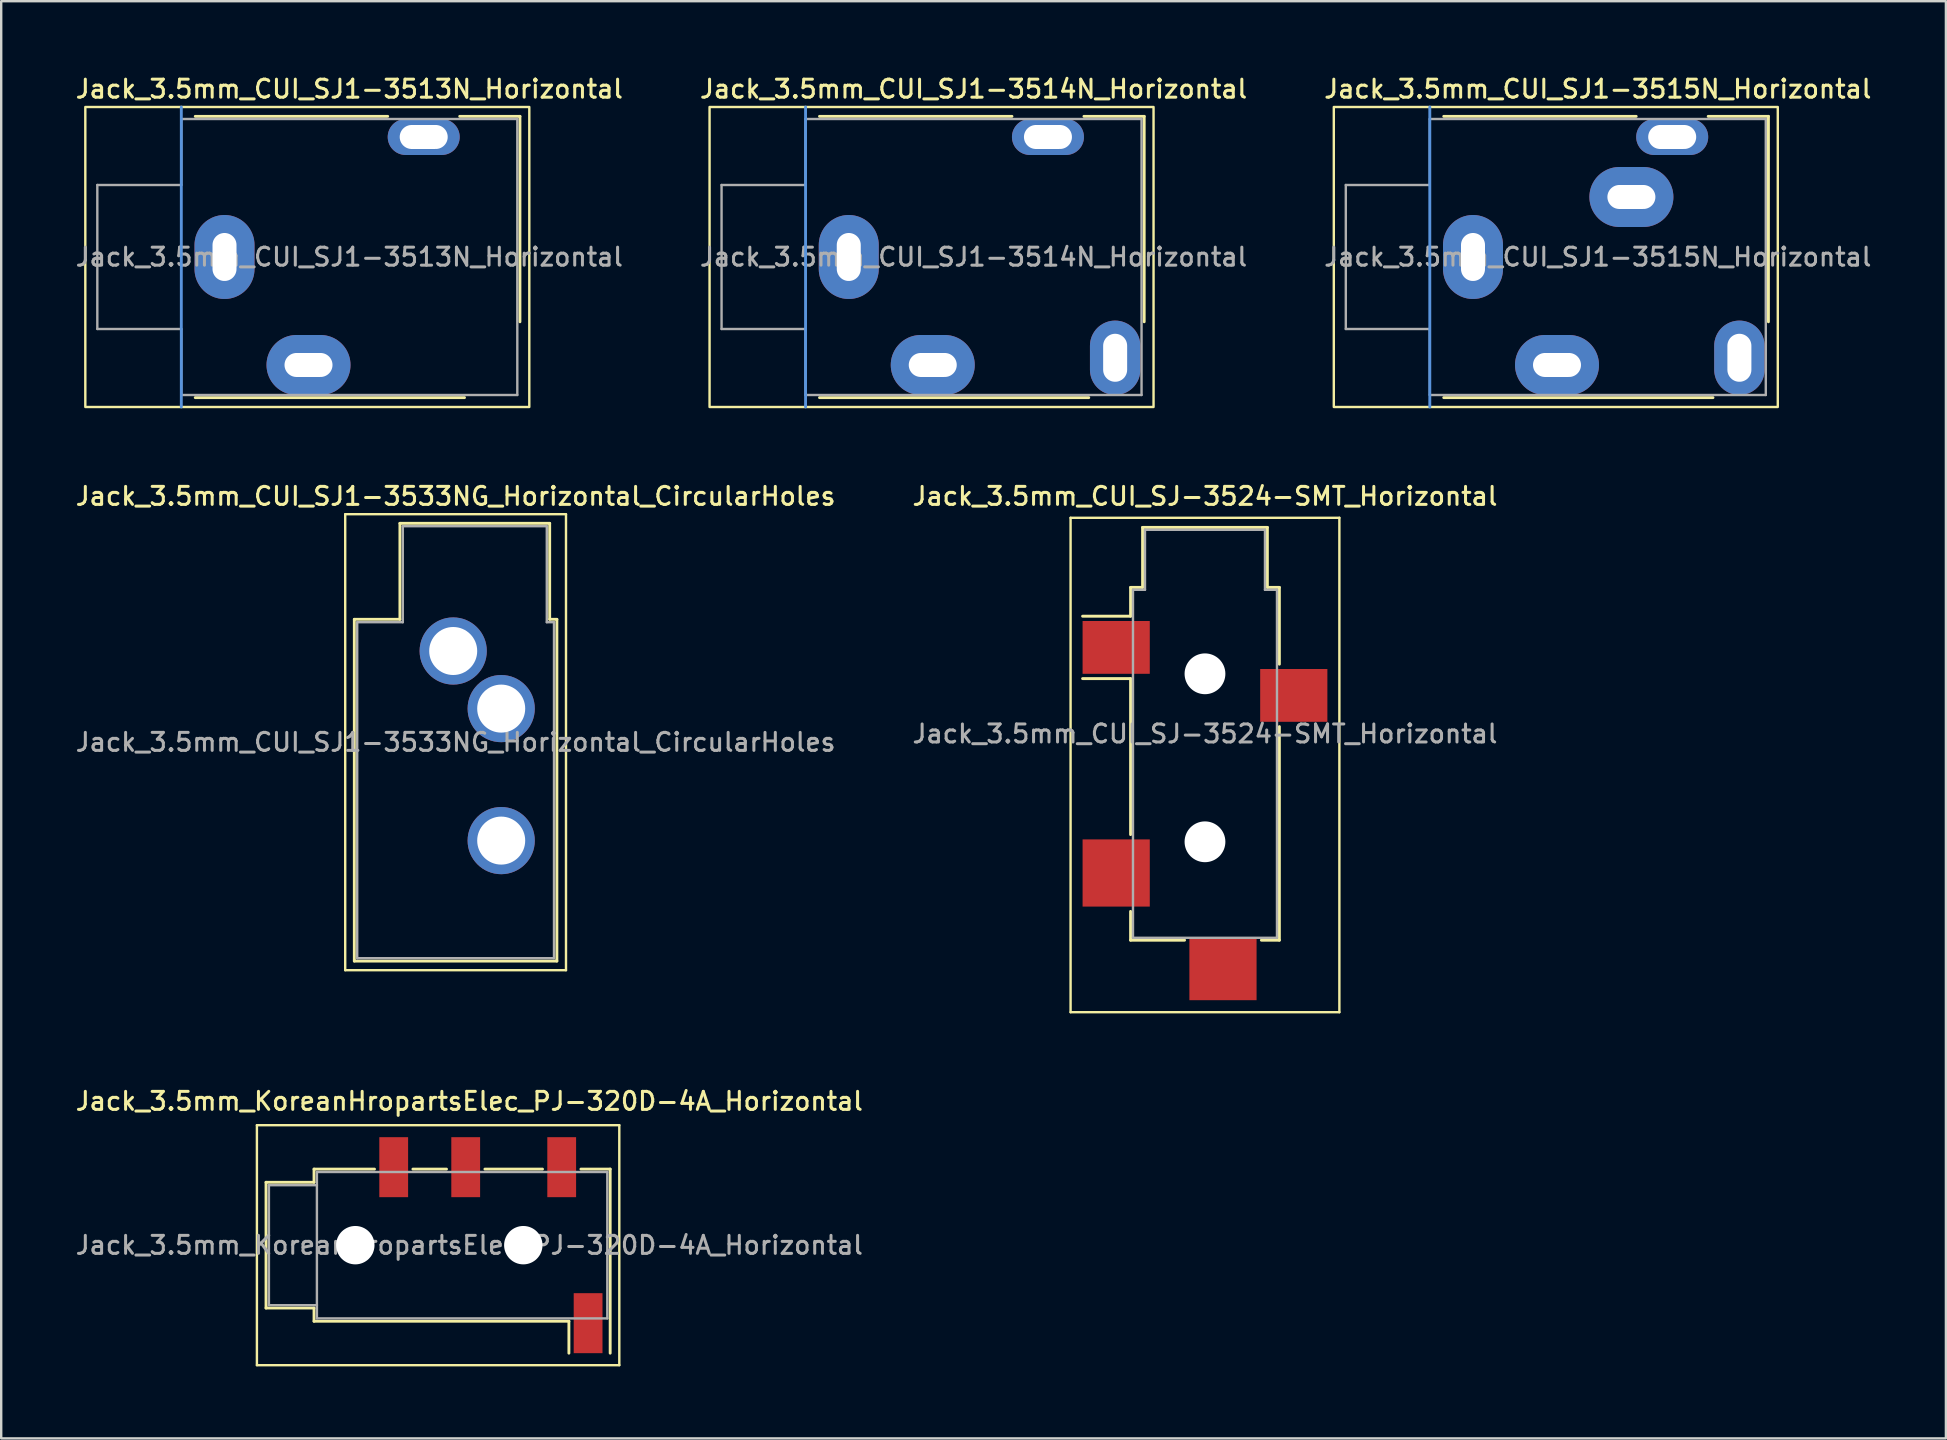
<source format=kicad_pcb>
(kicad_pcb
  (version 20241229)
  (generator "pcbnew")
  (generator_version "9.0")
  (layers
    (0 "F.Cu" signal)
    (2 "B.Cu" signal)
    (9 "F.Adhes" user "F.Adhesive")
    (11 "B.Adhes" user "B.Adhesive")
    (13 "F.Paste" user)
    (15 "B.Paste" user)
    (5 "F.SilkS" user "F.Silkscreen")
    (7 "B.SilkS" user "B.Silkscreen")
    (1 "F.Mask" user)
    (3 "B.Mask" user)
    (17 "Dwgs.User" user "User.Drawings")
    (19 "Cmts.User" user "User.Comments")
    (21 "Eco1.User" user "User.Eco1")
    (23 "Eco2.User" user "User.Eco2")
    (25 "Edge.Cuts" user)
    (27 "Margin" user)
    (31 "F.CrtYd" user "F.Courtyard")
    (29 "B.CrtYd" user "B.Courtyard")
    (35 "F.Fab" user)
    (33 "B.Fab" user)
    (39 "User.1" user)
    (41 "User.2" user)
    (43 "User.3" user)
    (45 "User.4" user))
  (footprint "Jack_3.5mm_KoreanHropartsElec_PJ-320D-4A_Horizontal"
    (layer "F.Cu")
    (at 16.505 48.834)
    (property "Reference" "Jack_3.5mm_KoreanHropartsElec_PJ-320D-4A_Horizontal" (at 0 -6 0) (unlocked yes) (layer "F.SilkS") (effects (font (size 0.75 0.75) (thickness 0.125))))
    (attr smd)
    (fp_line (start -8.85 -5) (end -8.85 5) (stroke (width 0.1) (type solid)) (layer "F.SilkS"))
    (fp_line (start -8.85 5) (end 6.25 5) (stroke (width 0.1) (type solid)) (layer "F.SilkS"))
    (fp_line (start -8.47 -2.62) (end -6.47 -2.62) (stroke (width 0.12) (type solid)) (layer "F.SilkS"))
    (fp_line (start -8.47 2.62) (end -8.47 -2.62) (stroke (width 0.12) (type solid)) (layer "F.SilkS"))
    (fp_line (start -6.47 -3.17) (end -3.95 -3.17) (stroke (width 0.12) (type solid)) (layer "F.SilkS"))
    (fp_line (start -6.47 -2.62) (end -6.47 -3.17) (stroke (width 0.12) (type solid)) (layer "F.SilkS"))
    (fp_line (start -6.47 2.62) (end -8.47 2.62) (stroke (width 0.12) (type solid)) (layer "F.SilkS"))
    (fp_line (start -6.47 3.17) (end -6.47 2.62) (stroke (width 0.12) (type solid)) (layer "F.SilkS"))
    (fp_line (start -2.35 -3.17) (end -0.95 -3.17) (stroke (width 0.12) (type solid)) (layer "F.SilkS"))
    (fp_line (start 0.65 -3.17) (end 3.05 -3.17) (stroke (width 0.12) (type solid)) (layer "F.SilkS"))
    (fp_line (start 4.15 3.17) (end -6.47 3.17) (stroke (width 0.12) (type solid)) (layer "F.SilkS"))
    (fp_line (start 4.15 4.5) (end 4.15 3.17) (stroke (width 0.12) (type solid)) (layer "F.SilkS"))
    (fp_line (start 5.87 -3.17) (end 4.65 -3.17) (stroke (width 0.12) (type solid)) (layer "F.SilkS"))
    (fp_line (start 5.87 -3.17) (end 5.87 4.5) (stroke (width 0.12) (type solid)) (layer "F.SilkS"))
    (fp_line (start 6.25 -5) (end -8.85 -5) (stroke (width 0.1) (type solid)) (layer "F.SilkS"))
    (fp_line (start 6.25 5) (end 6.25 -5) (stroke (width 0.1) (type solid)) (layer "F.SilkS"))
    (fp_line (start -8.35 -2.5) (end -6.35 -2.5) (stroke (width 0.1) (type solid)) (layer "F.Fab"))
    (fp_line (start -8.35 2.5) (end -8.35 -2.5) (stroke (width 0.1) (type solid)) (layer "F.Fab"))
    (fp_line (start -6.35 -3.05) (end 5.75 -3.05) (stroke (width 0.1) (type solid)) (layer "F.Fab"))
    (fp_line (start -6.35 2.5) (end -8.35 2.5) (stroke (width 0.1) (type solid)) (layer "F.Fab"))
    (fp_line (start -6.35 3.05) (end -6.35 -3.05) (stroke (width 0.1) (type solid)) (layer "F.Fab"))
    (fp_line (start 5.75 -3.05) (end 5.75 3.05) (stroke (width 0.1) (type solid)) (layer "F.Fab"))
    (fp_line (start 5.75 3.05) (end -6.35 3.05) (stroke (width 0.1) (type solid)) (layer "F.Fab"))
    (fp_text user "${REFERENCE}" (at 0 0 0) (unlocked yes) (layer "F.Fab") (effects (font (size 0.75 0.75) (thickness 0.125))))
    (pad "" np_thru_hole circle (at -4.75 0) (size 1.6 1.6) (drill 1.6) (layers "*.Cu" "*.Mask"))
    (pad "" np_thru_hole circle (at 2.25 0) (size 1.6 1.6) (drill 1.6) (layers "*.Cu" "*.Mask"))
    (pad "R1" smd rect (at -0.15 -3.25) (size 1.2 2.5) (layers "F.Cu" "F.Mask" "F.Paste"))
    (pad "R2" smd rect (at -3.15 -3.25) (size 1.2 2.5) (layers "F.Cu" "F.Mask" "F.Paste"))
    (pad "S" smd rect (at 4.95 3.25) (size 1.2 2.5) (layers "F.Cu" "F.Mask" "F.Paste"))
    (pad "T" smd rect (at 3.85 -3.25) (size 1.2 2.5) (layers "F.Cu" "F.Mask" "F.Paste")))
  (footprint "Jack_3.5mm_CUI_SJ1-3514N_Horizontal"
    (layer "F.Cu")
    (at 32.316 7.658)
    (property "Reference" "Jack_3.5mm_CUI_SJ1-3514N_Horizontal" (at 5.2 -7 0) (unlocked yes) (layer "F.SilkS") (effects (font (size 0.75 0.75) (thickness 0.125))))
    (attr through_hole)
    (fp_line (start 6.8 -5.86) (end -1.219 -5.86) (stroke (width 0.12) (type solid)) (layer "F.SilkS"))
    (fp_line (start 10 5.86) (end -1.219 5.86) (stroke (width 0.12) (type solid)) (layer "F.SilkS"))
    (fp_line (start 12.31 -5.86) (end 9.8 -5.86) (stroke (width 0.12) (type solid)) (layer "F.SilkS"))
    (fp_line (start 12.31 -5.86) (end 12.31 2.7) (stroke (width 0.12) (type solid)) (layer "F.SilkS"))
    (fp_rect (start -5.8 -6.25) (end 12.7 6.25) (stroke (width 0.1) (type solid)) (fill no) (layer "F.SilkS"))
    (fp_line (start -1.8 -6.25) (end -1.8 6.25) (stroke (width 0.12) (type solid)) (layer "Cmts.User"))
    (fp_line (start -5.3 -3) (end -5.3 3) (stroke (width 0.1) (type solid)) (layer "F.Fab"))
    (fp_line (start -1.8 -5.75) (end -1.8 -3) (stroke (width 0.1) (type solid)) (layer "F.Fab"))
    (fp_line (start -1.8 -3) (end -5.3 -3) (stroke (width 0.1) (type solid)) (layer "F.Fab"))
    (fp_line (start -1.8 3) (end -5.3 3) (stroke (width 0.1) (type solid)) (layer "F.Fab"))
    (fp_line (start -1.8 5.75) (end -1.8 3) (stroke (width 0.1) (type solid)) (layer "F.Fab"))
    (fp_line (start 12.2 -5.75) (end -1.8 -5.75) (stroke (width 0.1) (type solid)) (layer "F.Fab"))
    (fp_line (start 12.2 -5.75) (end 12.2 5.75) (stroke (width 0.1) (type solid)) (layer "F.Fab"))
    (fp_line (start 12.2 5.75) (end -1.8 5.75) (stroke (width 0.1) (type solid)) (layer "F.Fab"))
    (fp_text user "${REFERENCE}" (at 5.2 0 0) (unlocked yes) (layer "F.Fab") (effects (font (size 0.75 0.75) (thickness 0.125))))
    (pad "R" thru_hole oval (at 8.3 -5) (size 3 1.5) (drill oval 2 1) (layers "*.Cu" "*.Mask"))
    (pad "S" thru_hole oval (at 0 0 270) (size 3.5 2.5) (drill oval 2 1) (layers "*.Cu" "*.Mask"))
    (pad "T" thru_hole oval (at 3.5 4.5) (size 3.5 2.5) (drill oval 2 1) (layers "*.Cu" "*.Mask"))
    (pad "TN" thru_hole oval (at 11.1 4.2 90) (size 3.1 2.1) (drill oval 2 1) (layers "*.Cu" "*.Mask")))
  (footprint "Jack_3.5mm_CUI_SJ1-3513N_Horizontal"
    (layer "F.Cu")
    (at 6.305 7.658)
    (property "Reference" "Jack_3.5mm_CUI_SJ1-3513N_Horizontal" (at 5.2 -7 0) (unlocked yes) (layer "F.SilkS") (effects (font (size 0.75 0.75) (thickness 0.125))))
    (attr through_hole)
    (fp_line (start 6.8 -5.86) (end -1.219 -5.86) (stroke (width 0.12) (type solid)) (layer "F.SilkS"))
    (fp_line (start 10 5.86) (end -1.219 5.86) (stroke (width 0.12) (type solid)) (layer "F.SilkS"))
    (fp_line (start 12.31 -5.86) (end 9.8 -5.86) (stroke (width 0.12) (type solid)) (layer "F.SilkS"))
    (fp_line (start 12.31 -5.86) (end 12.31 2.7) (stroke (width 0.12) (type solid)) (layer "F.SilkS"))
    (fp_rect (start -5.8 -6.25) (end 12.7 6.25) (stroke (width 0.1) (type solid)) (fill no) (layer "F.SilkS"))
    (fp_line (start -1.8 -6.25) (end -1.8 6.25) (stroke (width 0.12) (type solid)) (layer "Cmts.User"))
    (fp_line (start -5.3 -3) (end -5.3 3) (stroke (width 0.1) (type solid)) (layer "F.Fab"))
    (fp_line (start -1.8 -5.75) (end -1.8 -3) (stroke (width 0.1) (type solid)) (layer "F.Fab"))
    (fp_line (start -1.8 -3) (end -5.3 -3) (stroke (width 0.1) (type solid)) (layer "F.Fab"))
    (fp_line (start -1.8 3) (end -5.3 3) (stroke (width 0.1) (type solid)) (layer "F.Fab"))
    (fp_line (start -1.8 5.75) (end -1.8 3) (stroke (width 0.1) (type solid)) (layer "F.Fab"))
    (fp_line (start 12.2 -5.75) (end -1.8 -5.75) (stroke (width 0.1) (type solid)) (layer "F.Fab"))
    (fp_line (start 12.2 -5.75) (end 12.2 5.75) (stroke (width 0.1) (type solid)) (layer "F.Fab"))
    (fp_line (start 12.2 5.75) (end -1.8 5.75) (stroke (width 0.1) (type solid)) (layer "F.Fab"))
    (fp_text user "${REFERENCE}" (at 5.2 0 0) (unlocked yes) (layer "F.Fab") (effects (font (size 0.75 0.75) (thickness 0.125))))
    (pad "R" thru_hole oval (at 8.3 -5) (size 3 1.5) (drill oval 2 1) (layers "*.Cu" "*.Mask"))
    (pad "S" thru_hole oval (at 0 0 270) (size 3.5 2.5) (drill oval 2 1) (layers "*.Cu" "*.Mask"))
    (pad "T" thru_hole oval (at 3.5 4.5) (size 3.5 2.5) (drill oval 2 1) (layers "*.Cu" "*.Mask")))
  (footprint "Jack_3.5mm_CUI_SJ1-3515N_Horizontal"
    (layer "F.Cu")
    (at 58.327 7.658)
    (property "Reference" "Jack_3.5mm_CUI_SJ1-3515N_Horizontal" (at 5.2 -7 0) (unlocked yes) (layer "F.SilkS") (effects (font (size 0.75 0.75) (thickness 0.125))))
    (attr through_hole)
    (fp_line (start 6.8 -5.86) (end -1.219 -5.86) (stroke (width 0.12) (type solid)) (layer "F.SilkS"))
    (fp_line (start 10 5.86) (end -1.219 5.86) (stroke (width 0.12) (type solid)) (layer "F.SilkS"))
    (fp_line (start 12.31 -5.86) (end 9.8 -5.86) (stroke (width 0.12) (type solid)) (layer "F.SilkS"))
    (fp_line (start 12.31 -5.86) (end 12.31 2.7) (stroke (width 0.12) (type solid)) (layer "F.SilkS"))
    (fp_rect (start -5.8 -6.25) (end 12.7 6.25) (stroke (width 0.1) (type solid)) (fill no) (layer "F.SilkS"))
    (fp_line (start -1.8 -6.25) (end -1.8 6.25) (stroke (width 0.12) (type solid)) (layer "Cmts.User"))
    (fp_line (start -5.3 -3) (end -5.3 3) (stroke (width 0.1) (type solid)) (layer "F.Fab"))
    (fp_line (start -1.8 -5.75) (end -1.8 -3) (stroke (width 0.1) (type solid)) (layer "F.Fab"))
    (fp_line (start -1.8 -3) (end -5.3 -3) (stroke (width 0.1) (type solid)) (layer "F.Fab"))
    (fp_line (start -1.8 3) (end -5.3 3) (stroke (width 0.1) (type solid)) (layer "F.Fab"))
    (fp_line (start -1.8 5.75) (end -1.8 3) (stroke (width 0.1) (type solid)) (layer "F.Fab"))
    (fp_line (start 12.2 -5.75) (end -1.8 -5.75) (stroke (width 0.1) (type solid)) (layer "F.Fab"))
    (fp_line (start 12.2 -5.75) (end 12.2 5.75) (stroke (width 0.1) (type solid)) (layer "F.Fab"))
    (fp_line (start 12.2 5.75) (end -1.8 5.75) (stroke (width 0.1) (type solid)) (layer "F.Fab"))
    (fp_text user "${REFERENCE}" (at 5.2 0 0) (unlocked yes) (layer "F.Fab") (effects (font (size 0.75 0.75) (thickness 0.125))))
    (pad "R" thru_hole oval (at 8.3 -5) (size 3 1.5) (drill oval 2 1) (layers "*.Cu" "*.Mask"))
    (pad "RN" thru_hole oval (at 6.6 -2.5) (size 3.5 2.5) (drill oval 2 1) (layers "*.Cu" "*.Mask"))
    (pad "S" thru_hole oval (at 0 0 270) (size 3.5 2.5) (drill oval 2 1) (layers "*.Cu" "*.Mask"))
    (pad "T" thru_hole oval (at 3.5 4.5) (size 3.5 2.5) (drill oval 2 1) (layers "*.Cu" "*.Mask"))
    (pad "TN" thru_hole oval (at 11.1 4.2 90) (size 3.1 2.1) (drill oval 2 1) (layers "*.Cu" "*.Mask")))
  (footprint "Jack_3.5mm_CUI_SJ1-3533NG_Horizontal_CircularHoles"
    (layer "F.Cu")
    (at 15.834 24.076)
    (property "Reference" "Jack_3.5mm_CUI_SJ1-3533NG_Horizontal_CircularHoles" (at 0.1 -6.45 0) (layer "F.SilkS") (effects (font (size 0.75 0.75) (thickness 0.125))))
    (attr through_hole)
    (fp_line (start -4.5 -5.7) (end -4.5 13.3) (stroke (width 0.1) (type solid)) (layer "F.SilkS"))
    (fp_line (start -4.5 13.3) (end 4.7 13.3) (stroke (width 0.1) (type solid)) (layer "F.SilkS"))
    (fp_line (start -4.12 -1.32) (end -2.22 -1.32) (stroke (width 0.12) (type solid)) (layer "F.SilkS"))
    (fp_line (start -4.12 12.92) (end -4.12 -1.32) (stroke (width 0.12) (type solid)) (layer "F.SilkS"))
    (fp_line (start -2.22 -5.32) (end 4.02 -5.32) (stroke (width 0.12) (type solid)) (layer "F.SilkS"))
    (fp_line (start -2.22 -1.32) (end -2.22 -5.32) (stroke (width 0.12) (type solid)) (layer "F.SilkS"))
    (fp_line (start 4.02 -5.32) (end 4.02 -1.32) (stroke (width 0.12) (type solid)) (layer "F.SilkS"))
    (fp_line (start 4.02 -1.32) (end 4.32 -1.32) (stroke (width 0.12) (type solid)) (layer "F.SilkS"))
    (fp_line (start 4.32 -1.32) (end 4.32 12.92) (stroke (width 0.12) (type solid)) (layer "F.SilkS"))
    (fp_line (start 4.32 12.92) (end -4.12 12.92) (stroke (width 0.12) (type solid)) (layer "F.SilkS"))
    (fp_line (start 4.7 -5.7) (end -4.5 -5.7) (stroke (width 0.1) (type solid)) (layer "F.SilkS"))
    (fp_line (start 4.7 13.3) (end 4.7 -5.7) (stroke (width 0.1) (type solid)) (layer "F.SilkS"))
    (fp_line (start -4 -1.2) (end -2.1 -1.2) (stroke (width 0.1) (type solid)) (layer "F.Fab"))
    (fp_line (start -4 12.8) (end -4 -1.2) (stroke (width 0.1) (type solid)) (layer "F.Fab"))
    (fp_line (start -2.1 -5.2) (end 3.9 -5.2) (stroke (width 0.1) (type solid)) (layer "F.Fab"))
    (fp_line (start -2.1 -1.2) (end -2.1 -5.2) (stroke (width 0.1) (type solid)) (layer "F.Fab"))
    (fp_line (start 3.9 -5.2) (end 3.9 -1.2) (stroke (width 0.1) (type solid)) (layer "F.Fab"))
    (fp_line (start 3.9 -1.2) (end 4.2 -1.2) (stroke (width 0.1) (type solid)) (layer "F.Fab"))
    (fp_line (start 4.2 -1.2) (end 4.2 12.8) (stroke (width 0.1) (type solid)) (layer "F.Fab"))
    (fp_line (start 4.2 12.8) (end -4 12.8) (stroke (width 0.1) (type solid)) (layer "F.Fab"))
    (fp_text user "${REFERENCE}" (at 0.1 3.8 0) (layer "F.Fab") (effects (font (size 0.75 0.75) (thickness 0.125))))
    (pad "R" thru_hole circle (at 2 7.9) (size 2.8 2.8) (drill 2) (layers "*.Cu" "*.Mask"))
    (pad "S" thru_hole circle (at 0 0) (size 2.8 2.8) (drill 2) (layers "*.Cu" "*.Mask"))
    (pad "T" thru_hole circle (at 2 2.4) (size 2.8 2.8) (drill 2) (layers "*.Cu" "*.Mask")))
  (footprint "Jack_3.5mm_CUI_SJ-3524-SMT_Horizontal"
    (layer "F.Cu")
    (at 47.159 27.526)
    (property "Reference" "Jack_3.5mm_CUI_SJ-3524-SMT_Horizontal" (at 0 -9.9 0) (layer "F.SilkS") (effects (font (size 0.75 0.75) (thickness 0.125))))
    (attr smd)
    (fp_line (start -5.6 -9) (end 5.6 -9) (stroke (width 0.1) (type solid)) (layer "F.SilkS"))
    (fp_line (start -5.6 11.6) (end -5.6 -9) (stroke (width 0.1) (type solid)) (layer "F.SilkS"))
    (fp_line (start -3.1 -6.1) (end -2.6 -6.1) (stroke (width 0.12) (type solid)) (layer "F.SilkS"))
    (fp_line (start -3.1 -4.9) (end -5.1 -4.9) (stroke (width 0.12) (type solid)) (layer "F.SilkS"))
    (fp_line (start -3.1 -4.9) (end -3.1 -6.1) (stroke (width 0.12) (type solid)) (layer "F.SilkS"))
    (fp_line (start -3.1 -2.3) (end -5.1 -2.3) (stroke (width 0.12) (type solid)) (layer "F.SilkS"))
    (fp_line (start -3.1 4.2) (end -3.1 -2.3) (stroke (width 0.12) (type solid)) (layer "F.SilkS"))
    (fp_line (start -3.1 8.6) (end -3.1 7.4) (stroke (width 0.12) (type solid)) (layer "F.SilkS"))
    (fp_line (start -2.6 -8.6) (end 2.6 -8.6) (stroke (width 0.12) (type solid)) (layer "F.SilkS"))
    (fp_line (start -2.6 -6.1) (end -2.6 -8.6) (stroke (width 0.12) (type solid)) (layer "F.SilkS"))
    (fp_line (start -0.85 8.6) (end -3.1 8.6) (stroke (width 0.12) (type solid)) (layer "F.SilkS"))
    (fp_line (start 2.6 -8.6) (end 2.6 -6.1) (stroke (width 0.12) (type solid)) (layer "F.SilkS"))
    (fp_line (start 2.6 -6.1) (end 3.1 -6.1) (stroke (width 0.12) (type solid)) (layer "F.SilkS"))
    (fp_line (start 3.1 -6.1) (end 3.1 -2.9) (stroke (width 0.12) (type solid)) (layer "F.SilkS"))
    (fp_line (start 3.1 -0.3) (end 3.1 8.6) (stroke (width 0.12) (type solid)) (layer "F.SilkS"))
    (fp_line (start 3.1 8.6) (end 2.35 8.6) (stroke (width 0.12) (type solid)) (layer "F.SilkS"))
    (fp_line (start 5.6 -9) (end 5.6 11.6) (stroke (width 0.1) (type solid)) (layer "F.SilkS"))
    (fp_line (start 5.6 11.6) (end -5.6 11.6) (stroke (width 0.1) (type solid)) (layer "F.SilkS"))
    (fp_line (start -3 -6) (end -2.5 -6) (stroke (width 0.1) (type solid)) (layer "F.Fab"))
    (fp_line (start -3 8.5) (end -3 -6) (stroke (width 0.1) (type solid)) (layer "F.Fab"))
    (fp_line (start -2.5 -8.5) (end 2.5 -8.5) (stroke (width 0.1) (type solid)) (layer "F.Fab"))
    (fp_line (start -2.5 -6) (end -2.5 -8.5) (stroke (width 0.1) (type solid)) (layer "F.Fab"))
    (fp_line (start 2.5 -8.5) (end 2.5 -6) (stroke (width 0.1) (type solid)) (layer "F.Fab"))
    (fp_line (start 2.5 -6) (end 3 -6) (stroke (width 0.1) (type solid)) (layer "F.Fab"))
    (fp_line (start 3 -6) (end 3 8.5) (stroke (width 0.1) (type solid)) (layer "F.Fab"))
    (fp_line (start 3 8.5) (end -3 8.5) (stroke (width 0.1) (type solid)) (layer "F.Fab"))
    (fp_text user "${REFERENCE}" (at 0 0 0) (layer "F.Fab") (effects (font (size 0.75 0.75) (thickness 0.125))))
    (pad "" np_thru_hole circle (at 0 -2.5) (size 1.7 1.7) (drill 1.7) (layers "*.Cu" "*.Mask"))
    (pad "" np_thru_hole circle (at 0 4.5) (size 1.7 1.7) (drill 1.7) (layers "*.Cu" "*.Mask"))
    (pad "R" smd rect (at 3.7 -1.6) (size 2.8 2.2) (layers "F.Cu" "F.Mask" "F.Paste"))
    (pad "S" smd rect (at -3.7 -3.6) (size 2.8 2.2) (layers "F.Cu" "F.Mask" "F.Paste"))
    (pad "T" smd rect (at -3.7 5.8) (size 2.8 2.8) (layers "F.Cu" "F.Mask" "F.Paste"))
    (pad "TN" smd rect (at 0.75 9.8) (size 2.8 2.6) (layers "F.Cu" "F.Mask" "F.Paste")))
  (gr_rect
    (start -3 -3)
    (end 78.032 56.884)
    (stroke (width 0.1) (type default))
    (fill no)
    (layer "Edge.Cuts")))
</source>
